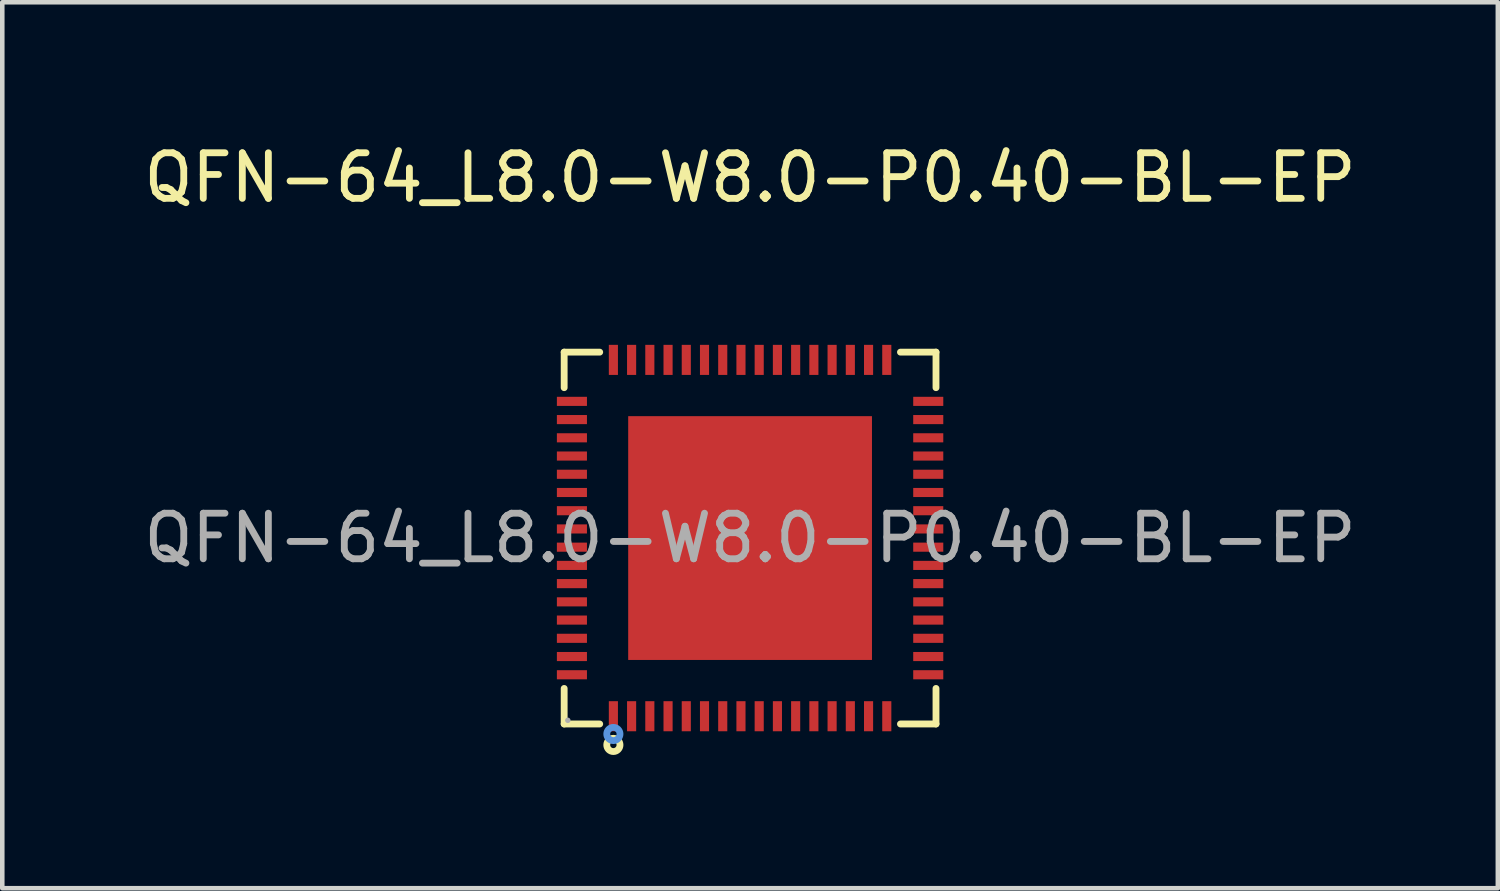
<source format=kicad_pcb>
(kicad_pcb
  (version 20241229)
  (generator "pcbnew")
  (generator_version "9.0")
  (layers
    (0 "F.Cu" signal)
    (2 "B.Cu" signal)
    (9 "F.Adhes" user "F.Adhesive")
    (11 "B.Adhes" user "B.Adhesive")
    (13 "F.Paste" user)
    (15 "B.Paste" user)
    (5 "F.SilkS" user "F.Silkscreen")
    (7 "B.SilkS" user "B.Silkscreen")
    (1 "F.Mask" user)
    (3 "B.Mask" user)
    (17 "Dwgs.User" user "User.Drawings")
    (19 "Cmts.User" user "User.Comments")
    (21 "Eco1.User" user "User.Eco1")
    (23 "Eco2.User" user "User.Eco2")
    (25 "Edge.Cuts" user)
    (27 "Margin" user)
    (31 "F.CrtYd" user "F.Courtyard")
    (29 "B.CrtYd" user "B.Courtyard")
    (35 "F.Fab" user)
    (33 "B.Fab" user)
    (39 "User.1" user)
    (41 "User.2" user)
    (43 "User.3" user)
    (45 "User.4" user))
  (footprint "QFN-64_L8.0-W8.0-P0.40-BL-EP"
    (layer "F.Cu")
    (at 13.411 8.758)
    (property "Reference" "QFN-64_L8.0-W8.0-P0.40-BL-EP" (at 0 -7.91 0) (layer "F.SilkS") (effects (font (size 1 1) (thickness 0.15))))
    (attr through_hole)
    (fp_line (start -4.08 -4.08) (end -3.3 -4.08) (stroke (width 0.15) (type solid)) (layer "F.SilkS"))
    (fp_line (start -4.08 -3.3) (end -4.08 -4.08) (stroke (width 0.15) (type solid)) (layer "F.SilkS"))
    (fp_line (start -4.08 3.3) (end -4.08 4.08) (stroke (width 0.15) (type solid)) (layer "F.SilkS"))
    (fp_line (start -4.08 4.08) (end -3.3 4.08) (stroke (width 0.15) (type solid)) (layer "F.SilkS"))
    (fp_line (start 4.08 -4.08) (end 3.3 -4.08) (stroke (width 0.15) (type solid)) (layer "F.SilkS"))
    (fp_line (start 4.08 -3.3) (end 4.08 -4.08) (stroke (width 0.15) (type solid)) (layer "F.SilkS"))
    (fp_line (start 4.08 3.3) (end 4.08 4.08) (stroke (width 0.15) (type solid)) (layer "F.SilkS"))
    (fp_line (start 4.08 4.08) (end 3.3 4.08) (stroke (width 0.15) (type solid)) (layer "F.SilkS"))
    (fp_circle (center -3 4.54) (end -2.93 4.54) (stroke (width 0.15) (type solid)) (fill no) (layer "F.SilkS"))
    (fp_circle (center -3 4.3) (end -2.93 4.3) (stroke (width 0.15) (type solid)) (fill no) (layer "Cmts.User"))
    (fp_circle (center -4 4) (end -3.97 4) (stroke (width 0.06) (type solid)) (fill no) (layer "F.Fab"))
    (fp_text user "${REFERENCE}" (at 0 0 0) (layer "F.Fab") (effects (font (size 1 1) (thickness 0.15))))
    (pad "1" smd rect (at -3 3.91) (size 0.2 0.66) (layers "F.Cu" "F.Mask" "F.Paste"))
    (pad "2" smd rect (at -2.6 3.91) (size 0.2 0.66) (layers "F.Cu" "F.Mask" "F.Paste"))
    (pad "3" smd rect (at -2.2 3.91) (size 0.2 0.66) (layers "F.Cu" "F.Mask" "F.Paste"))
    (pad "4" smd rect (at -1.8 3.91) (size 0.2 0.66) (layers "F.Cu" "F.Mask" "F.Paste"))
    (pad "5" smd rect (at -1.4 3.91) (size 0.2 0.66) (layers "F.Cu" "F.Mask" "F.Paste"))
    (pad "6" smd rect (at -1 3.91) (size 0.2 0.66) (layers "F.Cu" "F.Mask" "F.Paste"))
    (pad "7" smd rect (at -0.6 3.91) (size 0.2 0.66) (layers "F.Cu" "F.Mask" "F.Paste"))
    (pad "8" smd rect (at -0.2 3.91) (size 0.2 0.66) (layers "F.Cu" "F.Mask" "F.Paste"))
    (pad "9" smd rect (at 0.2 3.91) (size 0.2 0.66) (layers "F.Cu" "F.Mask" "F.Paste"))
    (pad "10" smd rect (at 0.6 3.91) (size 0.2 0.66) (layers "F.Cu" "F.Mask" "F.Paste"))
    (pad "11" smd rect (at 1 3.91) (size 0.2 0.66) (layers "F.Cu" "F.Mask" "F.Paste"))
    (pad "12" smd rect (at 1.4 3.91) (size 0.2 0.66) (layers "F.Cu" "F.Mask" "F.Paste"))
    (pad "13" smd rect (at 1.8 3.91) (size 0.2 0.66) (layers "F.Cu" "F.Mask" "F.Paste"))
    (pad "14" smd rect (at 2.2 3.91) (size 0.2 0.66) (layers "F.Cu" "F.Mask" "F.Paste"))
    (pad "15" smd rect (at 2.6 3.91) (size 0.2 0.66) (layers "F.Cu" "F.Mask" "F.Paste"))
    (pad "16" smd rect (at 3 3.91) (size 0.2 0.66) (layers "F.Cu" "F.Mask" "F.Paste"))
    (pad "17" smd rect (at 3.91 3) (size 0.66 0.2) (layers "F.Cu" "F.Mask" "F.Paste"))
    (pad "18" smd rect (at 3.91 2.6) (size 0.66 0.2) (layers "F.Cu" "F.Mask" "F.Paste"))
    (pad "19" smd rect (at 3.91 2.2) (size 0.66 0.2) (layers "F.Cu" "F.Mask" "F.Paste"))
    (pad "20" smd rect (at 3.91 1.8) (size 0.66 0.2) (layers "F.Cu" "F.Mask" "F.Paste"))
    (pad "21" smd rect (at 3.91 1.4) (size 0.66 0.2) (layers "F.Cu" "F.Mask" "F.Paste"))
    (pad "22" smd rect (at 3.91 1) (size 0.66 0.2) (layers "F.Cu" "F.Mask" "F.Paste"))
    (pad "23" smd rect (at 3.91 0.6) (size 0.66 0.2) (layers "F.Cu" "F.Mask" "F.Paste"))
    (pad "24" smd rect (at 3.91 0.2) (size 0.66 0.2) (layers "F.Cu" "F.Mask" "F.Paste"))
    (pad "25" smd rect (at 3.91 -0.2) (size 0.66 0.2) (layers "F.Cu" "F.Mask" "F.Paste"))
    (pad "26" smd rect (at 3.91 -0.6) (size 0.66 0.2) (layers "F.Cu" "F.Mask" "F.Paste"))
    (pad "27" smd rect (at 3.91 -1) (size 0.66 0.2) (layers "F.Cu" "F.Mask" "F.Paste"))
    (pad "28" smd rect (at 3.91 -1.4) (size 0.66 0.2) (layers "F.Cu" "F.Mask" "F.Paste"))
    (pad "29" smd rect (at 3.91 -1.8) (size 0.66 0.2) (layers "F.Cu" "F.Mask" "F.Paste"))
    (pad "30" smd rect (at 3.91 -2.2) (size 0.66 0.2) (layers "F.Cu" "F.Mask" "F.Paste"))
    (pad "31" smd rect (at 3.91 -2.6) (size 0.66 0.2) (layers "F.Cu" "F.Mask" "F.Paste"))
    (pad "32" smd rect (at 3.91 -3) (size 0.66 0.2) (layers "F.Cu" "F.Mask" "F.Paste"))
    (pad "33" smd rect (at 3 -3.91) (size 0.2 0.66) (layers "F.Cu" "F.Mask" "F.Paste"))
    (pad "34" smd rect (at 2.6 -3.91) (size 0.2 0.66) (layers "F.Cu" "F.Mask" "F.Paste"))
    (pad "35" smd rect (at 2.2 -3.91) (size 0.2 0.66) (layers "F.Cu" "F.Mask" "F.Paste"))
    (pad "36" smd rect (at 1.8 -3.91) (size 0.2 0.66) (layers "F.Cu" "F.Mask" "F.Paste"))
    (pad "37" smd rect (at 1.4 -3.91) (size 0.2 0.66) (layers "F.Cu" "F.Mask" "F.Paste"))
    (pad "38" smd rect (at 1 -3.91) (size 0.2 0.66) (layers "F.Cu" "F.Mask" "F.Paste"))
    (pad "39" smd rect (at 0.6 -3.91) (size 0.2 0.66) (layers "F.Cu" "F.Mask" "F.Paste"))
    (pad "40" smd rect (at 0.2 -3.91) (size 0.2 0.66) (layers "F.Cu" "F.Mask" "F.Paste"))
    (pad "41" smd rect (at -0.2 -3.91) (size 0.2 0.66) (layers "F.Cu" "F.Mask" "F.Paste"))
    (pad "42" smd rect (at -0.6 -3.91) (size 0.2 0.66) (layers "F.Cu" "F.Mask" "F.Paste"))
    (pad "43" smd rect (at -1 -3.91) (size 0.2 0.66) (layers "F.Cu" "F.Mask" "F.Paste"))
    (pad "44" smd rect (at -1.4 -3.91) (size 0.2 0.66) (layers "F.Cu" "F.Mask" "F.Paste"))
    (pad "45" smd rect (at -1.8 -3.91) (size 0.2 0.66) (layers "F.Cu" "F.Mask" "F.Paste"))
    (pad "46" smd rect (at -2.2 -3.91) (size 0.2 0.66) (layers "F.Cu" "F.Mask" "F.Paste"))
    (pad "47" smd rect (at -2.6 -3.91) (size 0.2 0.66) (layers "F.Cu" "F.Mask" "F.Paste"))
    (pad "48" smd rect (at -3 -3.91) (size 0.2 0.66) (layers "F.Cu" "F.Mask" "F.Paste"))
    (pad "49" smd rect (at -3.91 -3) (size 0.66 0.2) (layers "F.Cu" "F.Mask" "F.Paste"))
    (pad "50" smd rect (at -3.91 -2.6) (size 0.66 0.2) (layers "F.Cu" "F.Mask" "F.Paste"))
    (pad "51" smd rect (at -3.91 -2.2) (size 0.66 0.2) (layers "F.Cu" "F.Mask" "F.Paste"))
    (pad "52" smd rect (at -3.91 -1.8) (size 0.66 0.2) (layers "F.Cu" "F.Mask" "F.Paste"))
    (pad "53" smd rect (at -3.91 -1.4) (size 0.66 0.2) (layers "F.Cu" "F.Mask" "F.Paste"))
    (pad "54" smd rect (at -3.91 -1) (size 0.66 0.2) (layers "F.Cu" "F.Mask" "F.Paste"))
    (pad "55" smd rect (at -3.91 -0.6) (size 0.66 0.2) (layers "F.Cu" "F.Mask" "F.Paste"))
    (pad "56" smd rect (at -3.91 -0.2) (size 0.66 0.2) (layers "F.Cu" "F.Mask" "F.Paste"))
    (pad "57" smd rect (at -3.91 0.2) (size 0.66 0.2) (layers "F.Cu" "F.Mask" "F.Paste"))
    (pad "58" smd rect (at -3.91 0.6) (size 0.66 0.2) (layers "F.Cu" "F.Mask" "F.Paste"))
    (pad "59" smd rect (at -3.91 1) (size 0.66 0.2) (layers "F.Cu" "F.Mask" "F.Paste"))
    (pad "60" smd rect (at -3.91 1.4) (size 0.66 0.2) (layers "F.Cu" "F.Mask" "F.Paste"))
    (pad "61" smd rect (at -3.91 1.8) (size 0.66 0.2) (layers "F.Cu" "F.Mask" "F.Paste"))
    (pad "62" smd rect (at -3.91 2.2) (size 0.66 0.2) (layers "F.Cu" "F.Mask" "F.Paste"))
    (pad "63" smd rect (at -3.91 2.6) (size 0.66 0.2) (layers "F.Cu" "F.Mask" "F.Paste"))
    (pad "64" smd rect (at -3.91 3) (size 0.66 0.2) (layers "F.Cu" "F.Mask" "F.Paste"))
    (pad "65" smd rect (at 0 0) (size 5.35 5.35) (layers "F.Cu" "F.Mask" "F.Paste")))
  (gr_rect
    (start -3 -3)
    (end 29.821 16.443)
    (stroke (width 0.1) (type default))
    (fill no)
    (layer "Edge.Cuts")))
</source>
